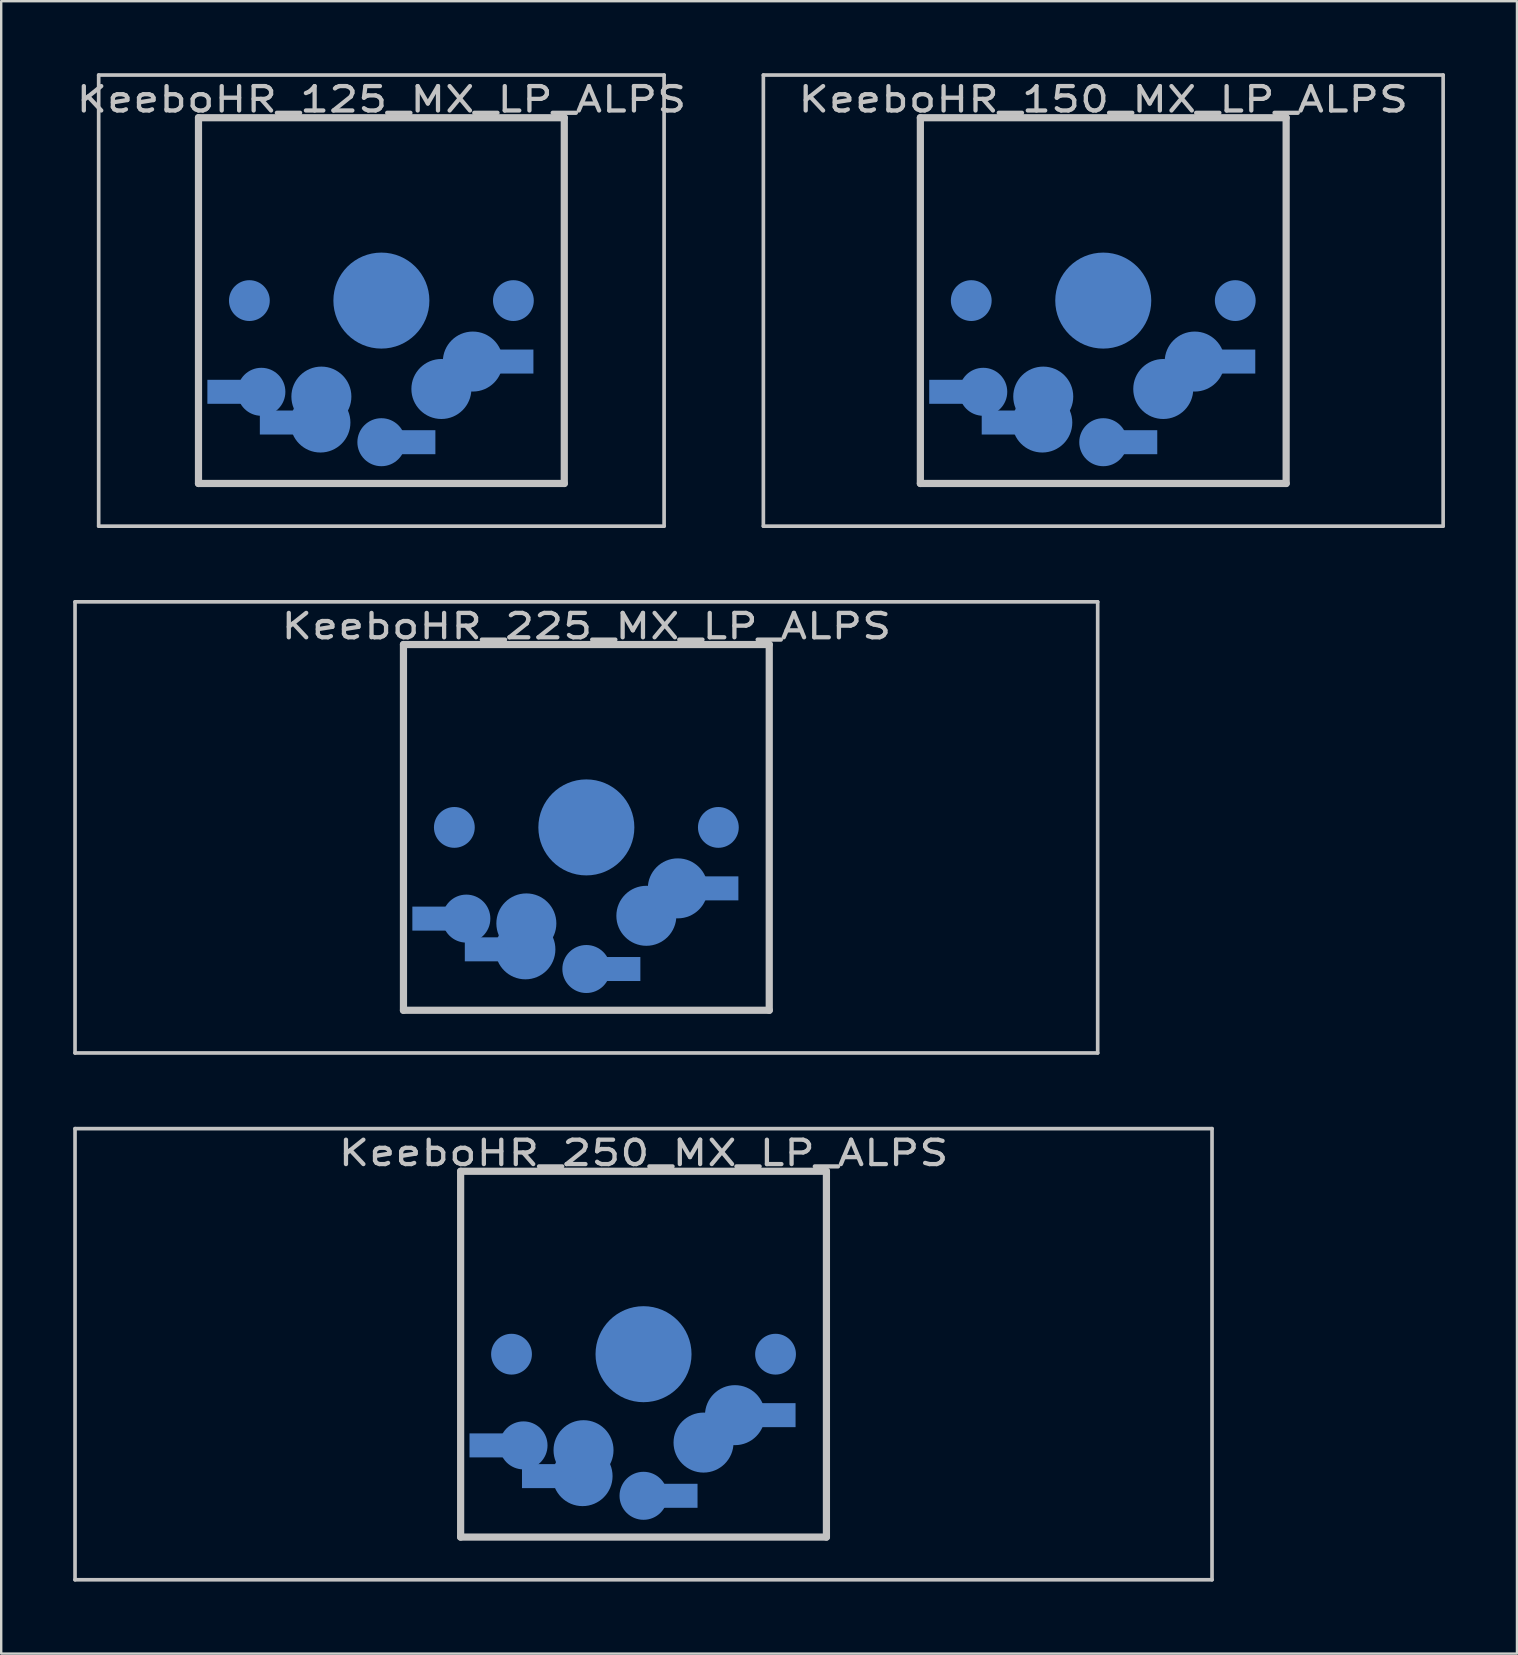
<source format=kicad_pcb>
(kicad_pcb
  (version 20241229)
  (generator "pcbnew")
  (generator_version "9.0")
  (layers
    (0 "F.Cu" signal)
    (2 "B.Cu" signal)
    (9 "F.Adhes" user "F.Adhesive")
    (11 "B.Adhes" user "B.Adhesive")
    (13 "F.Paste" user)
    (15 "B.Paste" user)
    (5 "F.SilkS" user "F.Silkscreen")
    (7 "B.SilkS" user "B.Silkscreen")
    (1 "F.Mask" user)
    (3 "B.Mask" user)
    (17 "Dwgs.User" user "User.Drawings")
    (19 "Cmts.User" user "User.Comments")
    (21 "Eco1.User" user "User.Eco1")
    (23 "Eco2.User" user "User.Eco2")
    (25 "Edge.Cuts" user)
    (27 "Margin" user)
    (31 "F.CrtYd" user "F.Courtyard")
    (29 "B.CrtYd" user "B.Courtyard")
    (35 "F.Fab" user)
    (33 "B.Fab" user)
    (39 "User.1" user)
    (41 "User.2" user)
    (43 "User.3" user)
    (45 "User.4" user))
  (footprint "KeeboHR_225_MX_LP_ALPS"
    (layer "B.Cu")
    (at 21.38 31.423)
    (property "Reference" "KeeboHR_225_MX_LP_ALPS" (at 0 -8.382 0) (layer "Dwgs.User") (effects (font (size 1.016 1.27) (thickness 0.178))))
    (attr through_hole)
    (fp_line (start -21.304 -9.398) (end 21.304 -9.398) (stroke (width 0.152) (type solid)) (layer "Dwgs.User"))
    (fp_line (start -21.304 9.398) (end -21.304 -9.398) (stroke (width 0.152) (type solid)) (layer "Dwgs.User"))
    (fp_line (start -7.62 -7.62) (end 7.62 -7.62) (stroke (width 0.3) (type solid)) (layer "Dwgs.User"))
    (fp_line (start -7.62 7.62) (end -7.62 -7.62) (stroke (width 0.3) (type solid)) (layer "Dwgs.User"))
    (fp_line (start 7.62 -7.62) (end 7.62 7.62) (stroke (width 0.3) (type solid)) (layer "Dwgs.User"))
    (fp_line (start 7.62 7.62) (end -7.62 7.62) (stroke (width 0.3) (type solid)) (layer "Dwgs.User"))
    (fp_line (start 21.304 -9.398) (end 21.304 9.398) (stroke (width 0.152) (type solid)) (layer "Dwgs.User"))
    (fp_line (start 21.304 9.398) (end -21.304 9.398) (stroke (width 0.152) (type solid)) (layer "Dwgs.User"))
    (pad "" smd circle (at -5.5 0) (size 1.7 1.7) (layers "B.Cu" "B.Mask"))
    (pad "" smd circle (at 0 0) (size 4 4) (layers "B.Cu" "B.Mask"))
    (pad "" smd circle (at 5.5 0) (size 1.7 1.7) (layers "B.Cu" "B.Mask"))
    (pad "1" smd circle (at 0 5.9) (size 2 2) (layers "B.Cu" "B.Mask"))
    (pad "1" smd rect (at 1.25 5.9) (size 2 1) (layers "B.Cu" "B.Mask"))
    (pad "1" smd circle (at 2.5 3.683) (size 2.5 2.5) (layers "B.Cu" "B.Mask"))
    (pad "1" smd circle (at 3.81 2.54) (size 2.5 2.5) (layers "B.Cu" "B.Mask"))
    (pad "1" smd rect (at 5.334 2.54) (size 2 1) (layers "B.Cu" "B.Mask"))
    (pad "2" smd rect (at -6.25 3.8) (size 2 1) (layers "B.Cu" "B.Mask"))
    (pad "2" smd circle (at -5 3.8) (size 2 2) (layers "B.Cu" "B.Mask"))
    (pad "2" smd rect (at -4.064 5.08) (size 2 1) (layers "B.Cu" "B.Mask"))
    (pad "2" smd circle (at -2.54 5.08) (size 2.5 2.5) (layers "B.Cu" "B.Mask"))
    (pad "2" smd circle (at -2.5 4) (size 2.5 2.5) (layers "B.Cu" "B.Mask")))
  (footprint "KeeboHR_150_MX_LP_ALPS"
    (layer "B.Cu")
    (at 42.916 9.474)
    (property "Reference" "KeeboHR_150_MX_LP_ALPS" (at 0 -8.382 0) (layer "Dwgs.User") (effects (font (size 1.016 1.27) (thickness 0.178))))
    (attr through_hole)
    (fp_line (start -14.161 -9.398) (end 14.161 -9.398) (stroke (width 0.152) (type solid)) (layer "Dwgs.User"))
    (fp_line (start -14.161 9.398) (end -14.161 -9.398) (stroke (width 0.152) (type solid)) (layer "Dwgs.User"))
    (fp_line (start -7.62 -7.62) (end 7.62 -7.62) (stroke (width 0.3) (type solid)) (layer "Dwgs.User"))
    (fp_line (start -7.62 7.62) (end -7.62 -7.62) (stroke (width 0.3) (type solid)) (layer "Dwgs.User"))
    (fp_line (start 7.62 -7.62) (end 7.62 7.62) (stroke (width 0.3) (type solid)) (layer "Dwgs.User"))
    (fp_line (start 7.62 7.62) (end -7.62 7.62) (stroke (width 0.3) (type solid)) (layer "Dwgs.User"))
    (fp_line (start 14.161 -9.398) (end 14.161 9.398) (stroke (width 0.152) (type solid)) (layer "Dwgs.User"))
    (fp_line (start 14.161 9.398) (end -14.161 9.398) (stroke (width 0.152) (type solid)) (layer "Dwgs.User"))
    (pad "" smd circle (at -5.5 0) (size 1.7 1.7) (layers "B.Cu" "B.Mask"))
    (pad "" smd circle (at 0 0) (size 4 4) (layers "B.Cu" "B.Mask"))
    (pad "" smd circle (at 5.5 0) (size 1.7 1.7) (layers "B.Cu" "B.Mask"))
    (pad "1" smd circle (at 0 5.9) (size 2 2) (layers "B.Cu" "B.Mask"))
    (pad "1" smd rect (at 1.25 5.9) (size 2 1) (layers "B.Cu" "B.Mask"))
    (pad "1" smd circle (at 2.5 3.683) (size 2.5 2.5) (layers "B.Cu" "B.Mask"))
    (pad "1" smd circle (at 3.81 2.54) (size 2.5 2.5) (layers "B.Cu" "B.Mask"))
    (pad "1" smd rect (at 5.334 2.54) (size 2 1) (layers "B.Cu" "B.Mask"))
    (pad "2" smd rect (at -6.25 3.8) (size 2 1) (layers "B.Cu" "B.Mask"))
    (pad "2" smd circle (at -5 3.8) (size 2 2) (layers "B.Cu" "B.Mask"))
    (pad "2" smd rect (at -4.064 5.08) (size 2 1) (layers "B.Cu" "B.Mask"))
    (pad "2" smd circle (at -2.54 5.08) (size 2.5 2.5) (layers "B.Cu" "B.Mask"))
    (pad "2" smd circle (at -2.5 4) (size 2.5 2.5) (layers "B.Cu" "B.Mask")))
  (footprint "KeeboHR_125_MX_LP_ALPS"
    (layer "B.Cu")
    (at 12.84 9.474)
    (property "Reference" "KeeboHR_125_MX_LP_ALPS" (at 0 -8.382 0) (layer "Dwgs.User") (effects (font (size 1.016 1.27) (thickness 0.178))))
    (attr through_hole)
    (fp_line (start -11.779 -9.398) (end 11.779 -9.398) (stroke (width 0.152) (type solid)) (layer "Dwgs.User"))
    (fp_line (start -11.779 9.398) (end -11.779 -9.398) (stroke (width 0.152) (type solid)) (layer "Dwgs.User"))
    (fp_line (start -7.62 -7.62) (end 7.62 -7.62) (stroke (width 0.3) (type solid)) (layer "Dwgs.User"))
    (fp_line (start -7.62 7.62) (end -7.62 -7.62) (stroke (width 0.3) (type solid)) (layer "Dwgs.User"))
    (fp_line (start 7.62 -7.62) (end 7.62 7.62) (stroke (width 0.3) (type solid)) (layer "Dwgs.User"))
    (fp_line (start 7.62 7.62) (end -7.62 7.62) (stroke (width 0.3) (type solid)) (layer "Dwgs.User"))
    (fp_line (start 11.779 -9.398) (end 11.779 9.398) (stroke (width 0.152) (type solid)) (layer "Dwgs.User"))
    (fp_line (start 11.779 9.398) (end -11.779 9.398) (stroke (width 0.152) (type solid)) (layer "Dwgs.User"))
    (pad "" smd circle (at -5.5 0) (size 1.7 1.7) (layers "B.Cu" "B.Mask"))
    (pad "" smd circle (at 0 0) (size 4 4) (layers "B.Cu" "B.Mask"))
    (pad "" smd circle (at 5.5 0) (size 1.7 1.7) (layers "B.Cu" "B.Mask"))
    (pad "1" smd circle (at 0 5.9) (size 2 2) (layers "B.Cu" "B.Mask"))
    (pad "1" smd rect (at 1.25 5.9) (size 2 1) (layers "B.Cu" "B.Mask"))
    (pad "1" smd circle (at 2.5 3.683) (size 2.5 2.5) (layers "B.Cu" "B.Mask"))
    (pad "1" smd circle (at 3.81 2.54) (size 2.5 2.5) (layers "B.Cu" "B.Mask"))
    (pad "1" smd rect (at 5.334 2.54) (size 2 1) (layers "B.Cu" "B.Mask"))
    (pad "2" smd rect (at -6.25 3.8) (size 2 1) (layers "B.Cu" "B.Mask"))
    (pad "2" smd circle (at -5 3.8) (size 2 2) (layers "B.Cu" "B.Mask"))
    (pad "2" smd rect (at -4.064 5.08) (size 2 1) (layers "B.Cu" "B.Mask"))
    (pad "2" smd circle (at -2.54 5.08) (size 2.5 2.5) (layers "B.Cu" "B.Mask"))
    (pad "2" smd circle (at -2.5 4) (size 2.5 2.5) (layers "B.Cu" "B.Mask")))
  (footprint "KeeboHR_250_MX_LP_ALPS"
    (layer "B.Cu")
    (at 23.762 53.371)
    (property "Reference" "KeeboHR_250_MX_LP_ALPS" (at 0 -8.382 0) (layer "Dwgs.User") (effects (font (size 1.016 1.27) (thickness 0.178))))
    (attr through_hole)
    (fp_line (start -23.686 -9.398) (end 23.686 -9.398) (stroke (width 0.152) (type solid)) (layer "Dwgs.User"))
    (fp_line (start -23.686 9.398) (end -23.686 -9.398) (stroke (width 0.152) (type solid)) (layer "Dwgs.User"))
    (fp_line (start -7.62 -7.62) (end 7.62 -7.62) (stroke (width 0.3) (type solid)) (layer "Dwgs.User"))
    (fp_line (start -7.62 7.62) (end -7.62 -7.62) (stroke (width 0.3) (type solid)) (layer "Dwgs.User"))
    (fp_line (start 7.62 -7.62) (end 7.62 7.62) (stroke (width 0.3) (type solid)) (layer "Dwgs.User"))
    (fp_line (start 7.62 7.62) (end -7.62 7.62) (stroke (width 0.3) (type solid)) (layer "Dwgs.User"))
    (fp_line (start 23.686 -9.398) (end 23.686 9.398) (stroke (width 0.152) (type solid)) (layer "Dwgs.User"))
    (fp_line (start 23.686 9.398) (end -23.686 9.398) (stroke (width 0.152) (type solid)) (layer "Dwgs.User"))
    (pad "" smd circle (at -5.5 0) (size 1.7 1.7) (layers "B.Cu" "B.Mask"))
    (pad "" smd circle (at 0 0) (size 4 4) (layers "B.Cu" "B.Mask"))
    (pad "" smd circle (at 5.5 0) (size 1.7 1.7) (layers "B.Cu" "B.Mask"))
    (pad "1" smd circle (at 0 5.9) (size 2 2) (layers "B.Cu" "B.Mask"))
    (pad "1" smd rect (at 1.25 5.9) (size 2 1) (layers "B.Cu" "B.Mask"))
    (pad "1" smd circle (at 2.5 3.683) (size 2.5 2.5) (layers "B.Cu" "B.Mask"))
    (pad "1" smd circle (at 3.81 2.54) (size 2.5 2.5) (layers "B.Cu" "B.Mask"))
    (pad "1" smd rect (at 5.334 2.54) (size 2 1) (layers "B.Cu" "B.Mask"))
    (pad "2" smd rect (at -6.25 3.8) (size 2 1) (layers "B.Cu" "B.Mask"))
    (pad "2" smd circle (at -5 3.8) (size 2 2) (layers "B.Cu" "B.Mask"))
    (pad "2" smd rect (at -4.064 5.08) (size 2 1) (layers "B.Cu" "B.Mask"))
    (pad "2" smd circle (at -2.54 5.08) (size 2.5 2.5) (layers "B.Cu" "B.Mask"))
    (pad "2" smd circle (at -2.5 4) (size 2.5 2.5) (layers "B.Cu" "B.Mask")))
  (gr_rect
    (start -3 -3)
    (end 60.153 65.845)
    (stroke (width 0.1) (type default))
    (fill no)
    (layer "Edge.Cuts")))
</source>
